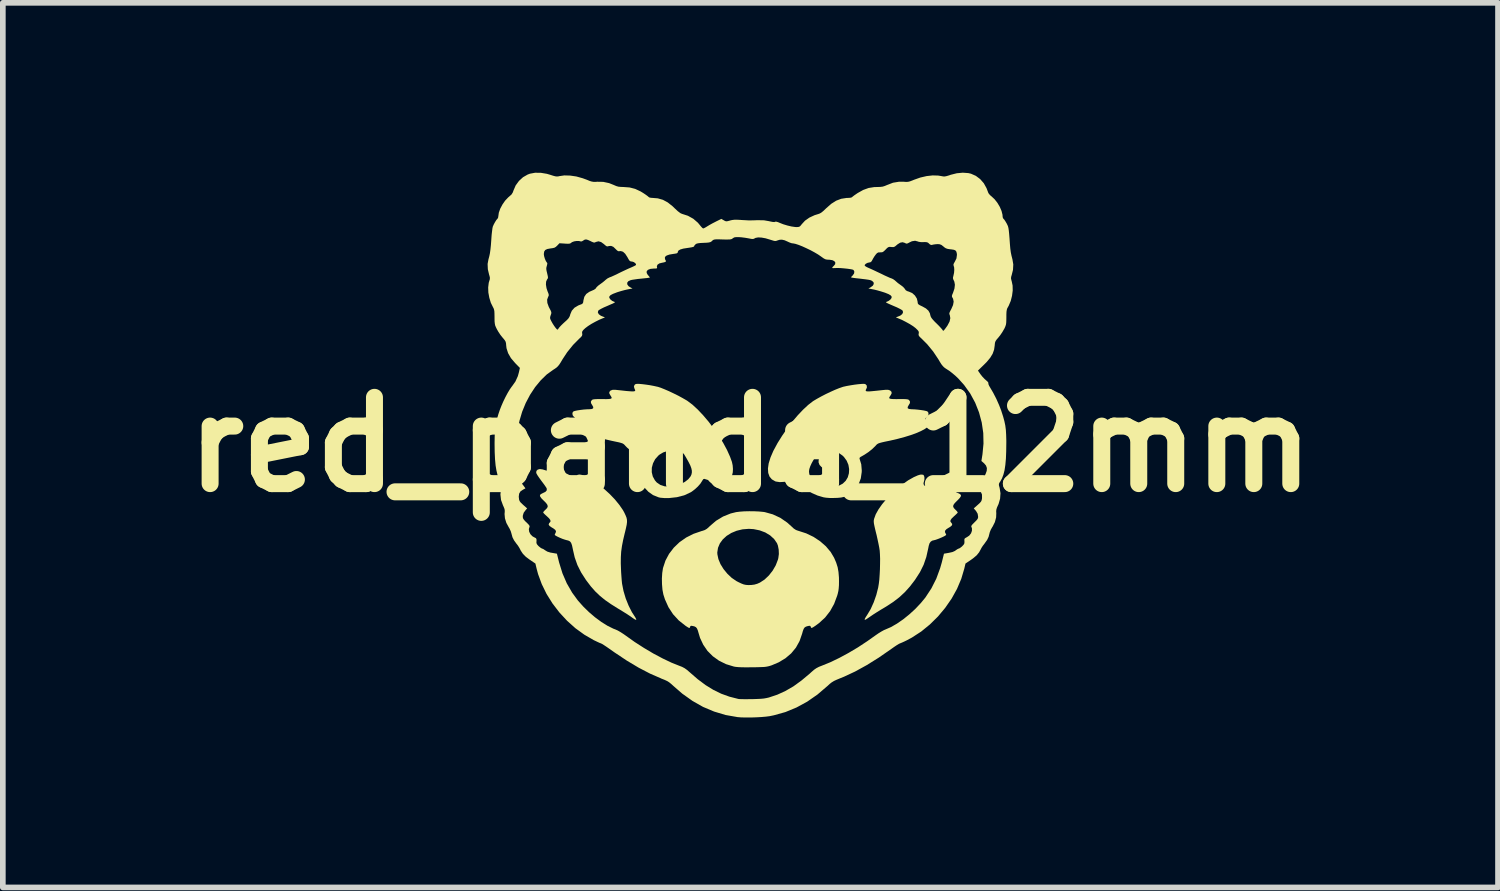
<source format=kicad_pcb>
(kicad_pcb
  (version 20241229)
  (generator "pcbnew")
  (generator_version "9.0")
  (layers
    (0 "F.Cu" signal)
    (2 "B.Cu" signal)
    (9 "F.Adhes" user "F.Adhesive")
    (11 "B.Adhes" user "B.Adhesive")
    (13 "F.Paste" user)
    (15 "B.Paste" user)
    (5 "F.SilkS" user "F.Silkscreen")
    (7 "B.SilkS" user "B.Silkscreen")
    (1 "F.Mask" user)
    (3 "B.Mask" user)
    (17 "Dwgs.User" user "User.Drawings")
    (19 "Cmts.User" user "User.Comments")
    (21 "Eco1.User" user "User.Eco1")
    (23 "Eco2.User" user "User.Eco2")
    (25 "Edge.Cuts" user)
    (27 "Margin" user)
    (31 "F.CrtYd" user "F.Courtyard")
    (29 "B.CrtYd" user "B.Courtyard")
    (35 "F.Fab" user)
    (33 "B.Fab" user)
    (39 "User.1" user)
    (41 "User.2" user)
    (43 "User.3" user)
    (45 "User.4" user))
  (footprint "red_panda_12mm"
    (layer "F.Cu")
    (at 10.204 4.802)
    (property "Reference" "red_panda_12mm" (at 0 0 0) (layer "F.SilkS") (effects (font (size 1.524 1.524) (thickness 0.3))))
    (attr board_only exclude_from_pos_files exclude_from_bom)
    (fp_poly (pts (xy -1.282 0.179) (xy -1.241 0.206) (xy -1.213 0.247) (xy -1.205 0.273) (xy -1.206 0.32) (xy -1.224 0.366) (xy -1.253 0.401) (xy -1.258 0.404) (xy -1.291 0.418) (xy -1.33 0.426) (xy -1.363 0.426) (xy -1.368 0.424) (xy -1.421 0.397) (xy -1.457 0.359) (xy -1.474 0.314) (xy -1.472 0.266) (xy -1.449 0.221) (xy -1.427 0.199) (xy -1.381 0.173) (xy -1.331 0.167)) (stroke (width 0) (type solid)) (fill yes) (layer "F.SilkS"))
    (fp_poly (pts (xy 1.395 0.179) (xy 1.436 0.206) (xy 1.464 0.247) (xy 1.472 0.273) (xy 1.471 0.32) (xy 1.453 0.366) (xy 1.423 0.401) (xy 1.419 0.404) (xy 1.386 0.418) (xy 1.347 0.426) (xy 1.314 0.426) (xy 1.308 0.424) (xy 1.256 0.397) (xy 1.22 0.359) (xy 1.203 0.314) (xy 1.205 0.266) (xy 1.228 0.221) (xy 1.25 0.199) (xy 1.296 0.173) (xy 1.346 0.167)) (stroke (width 0) (type solid)) (fill yes) (layer "F.SilkS"))
    (fp_poly (pts (xy -3.669 0.439) (xy -3.602 0.46) (xy -3.523 0.492) (xy -3.434 0.535) (xy -3.339 0.587) (xy -3.241 0.646) (xy -3.219 0.66) (xy -3.173 0.689) (xy -3.132 0.713) (xy -3.103 0.728) (xy -3.091 0.732) (xy -3.071 0.722) (xy -3.059 0.698) (xy -3.061 0.669) (xy -3.062 0.666) (xy -3.07 0.631) (xy -3.072 0.592) (xy -3.068 0.558) (xy -3.058 0.538) (xy -3.054 0.535) (xy -3.024 0.529) (xy -2.989 0.533) (xy -2.944 0.548) (xy -2.899 0.569) (xy -2.797 0.625) (xy -2.692 0.697) (xy -2.587 0.781) (xy -2.486 0.873) (xy -2.394 0.969) (xy -2.315 1.066) (xy -2.251 1.159) (xy -2.227 1.203) (xy -2.205 1.25) (xy -2.189 1.29) (xy -2.181 1.328) (xy -2.18 1.368) (xy -2.186 1.417) (xy -2.199 1.478) (xy -2.218 1.558) (xy -2.219 1.56) (xy -2.248 1.683) (xy -2.269 1.79) (xy -2.283 1.89) (xy -2.289 1.989) (xy -2.29 2.096) (xy -2.287 2.179) (xy -2.284 2.253) (xy -2.279 2.326) (xy -2.274 2.392) (xy -2.269 2.444) (xy -2.267 2.459) (xy -2.242 2.586) (xy -2.203 2.717) (xy -2.152 2.844) (xy -2.094 2.959) (xy -2.06 3.011) (xy -2.031 3.057) (xy -2.017 3.085) (xy -2.019 3.096) (xy -2.039 3.089) (xy -2.075 3.066) (xy -2.101 3.047) (xy -2.134 3.024) (xy -2.183 2.992) (xy -2.242 2.955) (xy -2.305 2.916) (xy -2.339 2.896) (xy -2.462 2.819) (xy -2.567 2.746) (xy -2.658 2.672) (xy -2.74 2.594) (xy -2.817 2.507) (xy -2.893 2.407) (xy -2.905 2.391) (xy -2.99 2.259) (xy -3.056 2.128) (xy -3.104 1.992) (xy -3.138 1.844) (xy -3.139 1.837) (xy -3.152 1.777) (xy -3.167 1.736) (xy -3.187 1.71) (xy -3.217 1.695) (xy -3.25 1.687) (xy -3.281 1.678) (xy -3.322 1.664) (xy -3.365 1.646) (xy -3.406 1.627) (xy -3.438 1.61) (xy -3.455 1.597) (xy -3.457 1.594) (xy -3.451 1.577) (xy -3.442 1.56) (xy -3.434 1.534) (xy -3.445 1.509) (xy -3.477 1.483) (xy -3.509 1.464) (xy -3.548 1.438) (xy -3.564 1.413) (xy -3.556 1.389) (xy -3.547 1.38) (xy -3.531 1.359) (xy -3.534 1.333) (xy -3.557 1.302) (xy -3.595 1.266) (xy -3.627 1.237) (xy -3.651 1.213) (xy -3.661 1.199) (xy -3.661 1.198) (xy -3.653 1.184) (xy -3.632 1.161) (xy -3.619 1.149) (xy -3.591 1.12) (xy -3.58 1.093) (xy -3.586 1.065) (xy -3.61 1.031) (xy -3.649 0.992) (xy -3.691 0.95) (xy -3.714 0.918) (xy -3.718 0.894) (xy -3.704 0.876) (xy -3.671 0.859) (xy -3.667 0.857) (xy -3.62 0.834) (xy -3.597 0.807) (xy -3.598 0.777) (xy -3.602 0.767) (xy -3.615 0.747) (xy -3.638 0.713) (xy -3.67 0.67) (xy -3.697 0.634) (xy -3.731 0.587) (xy -3.759 0.546) (xy -3.778 0.513) (xy -3.784 0.497) (xy -3.78 0.465) (xy -3.757 0.442) (xy -3.721 0.432) (xy -3.719 0.432)) (stroke (width 0) (type solid)) (fill yes) (layer "F.SilkS"))
    (fp_poly (pts (xy 3.756 0.441) (xy 3.779 0.464) (xy 3.785 0.496) (xy 3.784 0.497) (xy 3.775 0.518) (xy 3.754 0.553) (xy 3.725 0.596) (xy 3.697 0.634) (xy 3.663 0.679) (xy 3.633 0.721) (xy 3.611 0.752) (xy 3.602 0.767) (xy 3.595 0.798) (xy 3.611 0.826) (xy 3.65 0.851) (xy 3.667 0.857) (xy 3.701 0.874) (xy 3.718 0.892) (xy 3.715 0.916) (xy 3.694 0.946) (xy 3.654 0.988) (xy 3.649 0.992) (xy 3.607 1.035) (xy 3.584 1.068) (xy 3.58 1.096) (xy 3.593 1.122) (xy 3.619 1.149) (xy 3.644 1.174) (xy 3.659 1.193) (xy 3.661 1.198) (xy 3.653 1.211) (xy 3.63 1.234) (xy 3.598 1.263) (xy 3.595 1.266) (xy 3.554 1.305) (xy 3.533 1.336) (xy 3.532 1.361) (xy 3.547 1.38) (xy 3.564 1.404) (xy 3.557 1.428) (xy 3.527 1.454) (xy 3.509 1.464) (xy 3.463 1.493) (xy 3.439 1.519) (xy 3.435 1.544) (xy 3.442 1.56) (xy 3.454 1.583) (xy 3.457 1.594) (xy 3.447 1.604) (xy 3.42 1.62) (xy 3.382 1.638) (xy 3.338 1.657) (xy 3.296 1.673) (xy 3.26 1.685) (xy 3.25 1.687) (xy 3.21 1.697) (xy 3.183 1.715) (xy 3.163 1.743) (xy 3.149 1.787) (xy 3.139 1.837) (xy 3.106 1.985) (xy 3.059 2.122) (xy 2.994 2.253) (xy 2.909 2.385) (xy 2.905 2.391) (xy 2.816 2.507) (xy 2.726 2.607) (xy 2.63 2.696) (xy 2.522 2.779) (xy 2.398 2.86) (xy 2.363 2.881) (xy 2.299 2.919) (xy 2.233 2.96) (xy 2.172 2.999) (xy 2.125 3.031) (xy 2.122 3.033) (xy 2.075 3.065) (xy 2.045 3.085) (xy 2.027 3.094) (xy 2.019 3.094) (xy 2.017 3.088) (xy 2.017 3.086) (xy 2.023 3.071) (xy 2.039 3.043) (xy 2.06 3.011) (xy 2.123 2.906) (xy 2.178 2.784) (xy 2.223 2.655) (xy 2.256 2.525) (xy 2.267 2.459) (xy 2.276 2.385) (xy 2.282 2.297) (xy 2.287 2.202) (xy 2.289 2.107) (xy 2.29 2.016) (xy 2.287 1.936) (xy 2.283 1.874) (xy 2.282 1.867) (xy 2.274 1.816) (xy 2.261 1.75) (xy 2.245 1.675) (xy 2.228 1.598) (xy 2.219 1.563) (xy 2.201 1.489) (xy 2.189 1.435) (xy 2.181 1.395) (xy 2.178 1.366) (xy 2.178 1.342) (xy 2.182 1.32) (xy 2.184 1.311) (xy 2.213 1.231) (xy 2.261 1.145) (xy 2.325 1.054) (xy 2.402 0.961) (xy 2.49 0.869) (xy 2.585 0.782) (xy 2.685 0.702) (xy 2.786 0.631) (xy 2.887 0.574) (xy 2.899 0.569) (xy 2.955 0.544) (xy 2.998 0.531) (xy 3.031 0.53) (xy 3.054 0.535) (xy 3.066 0.552) (xy 3.073 0.582) (xy 3.072 0.619) (xy 3.064 0.653) (xy 3.061 0.661) (xy 3.056 0.689) (xy 3.064 0.715) (xy 3.083 0.731) (xy 3.091 0.732) (xy 3.107 0.726) (xy 3.139 0.709) (xy 3.181 0.684) (xy 3.219 0.66) (xy 3.318 0.599) (xy 3.414 0.545) (xy 3.504 0.501) (xy 3.586 0.466) (xy 3.655 0.443) (xy 3.71 0.432) (xy 3.719 0.432)) (stroke (width 0) (type solid)) (fill yes) (layer "F.SilkS"))
    (fp_poly (pts (xy 0.069 1.178) (xy 0.154 1.182) (xy 0.227 1.189) (xy 0.254 1.193) (xy 0.394 1.232) (xy 0.526 1.293) (xy 0.647 1.376) (xy 0.721 1.442) (xy 0.765 1.483) (xy 0.804 1.508) (xy 0.844 1.523) (xy 0.846 1.523) (xy 0.985 1.568) (xy 1.114 1.63) (xy 1.23 1.707) (xy 1.332 1.796) (xy 1.417 1.897) (xy 1.477 1.998) (xy 1.514 2.084) (xy 1.54 2.166) (xy 1.555 2.251) (xy 1.563 2.348) (xy 1.564 2.413) (xy 1.563 2.484) (xy 1.559 2.538) (xy 1.553 2.585) (xy 1.542 2.633) (xy 1.532 2.668) (xy 1.478 2.813) (xy 1.407 2.941) (xy 1.319 3.054) (xy 1.211 3.153) (xy 1.147 3.2) (xy 1.109 3.225) (xy 1.086 3.237) (xy 1.074 3.237) (xy 1.068 3.227) (xy 1.065 3.218) (xy 1.058 3.204) (xy 1.042 3.2) (xy 1.014 3.205) (xy 0.981 3.215) (xy 0.957 3.23) (xy 0.94 3.255) (xy 0.925 3.295) (xy 0.913 3.339) (xy 0.868 3.469) (xy 0.804 3.585) (xy 0.72 3.687) (xy 0.618 3.774) (xy 0.498 3.846) (xy 0.378 3.897) (xy 0.345 3.908) (xy 0.315 3.916) (xy 0.285 3.922) (xy 0.25 3.927) (xy 0.206 3.929) (xy 0.148 3.931) (xy 0.073 3.933) (xy 0.03 3.933) (xy -0.073 3.934) (xy -0.155 3.933) (xy -0.219 3.93) (xy -0.267 3.925) (xy -0.294 3.92) (xy -0.431 3.878) (xy -0.555 3.817) (xy -0.665 3.738) (xy -0.758 3.645) (xy -0.833 3.536) (xy -0.89 3.415) (xy -0.913 3.339) (xy -0.929 3.284) (xy -0.944 3.248) (xy -0.962 3.226) (xy -0.987 3.212) (xy -1.014 3.205) (xy -1.044 3.2) (xy -1.059 3.204) (xy -1.065 3.218) (xy -1.071 3.234) (xy -1.079 3.239) (xy -1.096 3.233) (xy -1.126 3.214) (xy -1.147 3.2) (xy -1.266 3.106) (xy -1.367 2.996) (xy -1.448 2.872) (xy -1.51 2.734) (xy -1.538 2.647) (xy -1.554 2.564) (xy -1.562 2.467) (xy -1.564 2.365) (xy -1.558 2.268) (xy -1.545 2.183) (xy -1.544 2.179) (xy -1.501 2.049) (xy -1.437 1.929) (xy -1.419 1.906) (xy -0.586 1.906) (xy -0.584 1.938) (xy -0.566 2.023) (xy -0.529 2.112) (xy -0.475 2.199) (xy -0.408 2.281) (xy -0.332 2.353) (xy -0.249 2.41) (xy -0.215 2.428) (xy -0.16 2.454) (xy -0.118 2.47) (xy -0.08 2.478) (xy -0.039 2.481) (xy 0.012 2.48) (xy 0.069 2.473) (xy 0.121 2.458) (xy 0.168 2.437) (xy 0.249 2.384) (xy 0.325 2.312) (xy 0.392 2.227) (xy 0.447 2.132) (xy 0.485 2.033) (xy 0.492 2.006) (xy 0.502 1.933) (xy 0.499 1.856) (xy 0.485 1.784) (xy 0.469 1.742) (xy 0.418 1.668) (xy 0.348 1.604) (xy 0.262 1.552) (xy 0.163 1.515) (xy 0.055 1.493) (xy -0.03 1.488) (xy -0.141 1.497) (xy -0.244 1.522) (xy -0.338 1.561) (xy -0.42 1.612) (xy -0.488 1.674) (xy -0.54 1.745) (xy -0.573 1.823) (xy -0.586 1.906) (xy -1.419 1.906) (xy -1.354 1.821) (xy -1.253 1.724) (xy -1.136 1.642) (xy -1.005 1.576) (xy -0.862 1.527) (xy -0.846 1.523) (xy -0.806 1.509) (xy -0.769 1.487) (xy -0.727 1.45) (xy -0.72 1.442) (xy -0.608 1.346) (xy -0.484 1.271) (xy -0.35 1.217) (xy -0.254 1.193) (xy -0.19 1.185) (xy -0.111 1.179) (xy -0.021 1.177)) (stroke (width 0) (type solid)) (fill yes) (layer "F.SilkS"))
    (fp_poly (pts (xy -1.965 -1.072) (xy -1.91 -1.067) (xy -1.845 -1.059) (xy -1.777 -1.049) (xy -1.708 -1.036) (xy -1.645 -1.022) (xy -1.638 -1.021) (xy -1.585 -1.004) (xy -1.518 -0.977) (xy -1.439 -0.943) (xy -1.357 -0.904) (xy -1.274 -0.863) (xy -1.197 -0.821) (xy -1.131 -0.783) (xy -1.112 -0.771) (xy -1.023 -0.704) (xy -0.93 -0.618) (xy -0.834 -0.516) (xy -0.738 -0.403) (xy -0.646 -0.281) (xy -0.559 -0.155) (xy -0.48 -0.028) (xy -0.413 0.097) (xy -0.36 0.215) (xy -0.327 0.306) (xy -0.314 0.367) (xy -0.309 0.431) (xy -0.312 0.49) (xy -0.323 0.537) (xy -0.327 0.546) (xy -0.363 0.598) (xy -0.408 0.634) (xy -0.466 0.656) (xy -0.536 0.663) (xy -0.622 0.655) (xy -0.724 0.633) (xy -0.816 0.605) (xy -0.834 0.612) (xy -0.854 0.642) (xy -0.857 0.648) (xy -0.885 0.691) (xy -0.928 0.74) (xy -0.98 0.788) (xy -1.035 0.83) (xy -1.056 0.843) (xy -1.17 0.896) (xy -1.298 0.929) (xy -1.434 0.944) (xy -1.526 0.944) (xy -1.594 0.938) (xy -1.623 0.931) (xy -1.72 0.892) (xy -1.803 0.833) (xy -1.872 0.759) (xy -1.923 0.671) (xy -1.956 0.572) (xy -1.966 0.488) (xy -1.743 0.488) (xy -1.725 0.563) (xy -1.687 0.632) (xy -1.655 0.669) (xy -1.592 0.712) (xy -1.516 0.737) (xy -1.429 0.743) (xy -1.334 0.73) (xy -1.317 0.726) (xy -1.231 0.697) (xy -1.157 0.658) (xy -1.098 0.612) (xy -1.057 0.561) (xy -1.043 0.531) (xy -1.035 0.496) (xy -1.035 0.46) (xy -1.044 0.418) (xy -1.062 0.369) (xy -1.092 0.309) (xy -1.134 0.234) (xy -1.172 0.171) (xy -1.193 0.149) (xy -1.225 0.126) (xy -1.239 0.119) (xy -1.271 0.105) (xy -1.302 0.098) (xy -1.342 0.098) (xy -1.374 0.1) (xy -1.466 0.114) (xy -1.54 0.138) (xy -1.604 0.176) (xy -1.625 0.193) (xy -1.683 0.258) (xy -1.721 0.331) (xy -1.742 0.409) (xy -1.743 0.488) (xy -1.966 0.488) (xy -1.968 0.464) (xy -1.968 0.457) (xy -1.963 0.39) (xy -1.948 0.316) (xy -1.928 0.251) (xy -1.927 0.25) (xy -1.927 0.235) (xy -1.942 0.22) (xy -1.977 0.2) (xy -1.977 0.2) (xy -2.045 0.16) (xy -2.115 0.108) (xy -2.179 0.053) (xy -2.209 0.022) (xy -2.225 0.004) (xy -2.24 -0.009) (xy -2.258 -0.02) (xy -2.284 -0.029) (xy -2.32 -0.039) (xy -2.372 -0.05) (xy -2.443 -0.065) (xy -2.452 -0.067) (xy -2.592 -0.099) (xy -2.722 -0.133) (xy -2.84 -0.17) (xy -2.943 -0.208) (xy -3.029 -0.247) (xy -3.095 -0.285) (xy -3.132 -0.315) (xy -3.16 -0.351) (xy -3.165 -0.382) (xy -3.146 -0.408) (xy -3.124 -0.42) (xy -3.094 -0.439) (xy -3.088 -0.459) (xy -3.105 -0.48) (xy -3.115 -0.487) (xy -3.137 -0.512) (xy -3.145 -0.544) (xy -3.139 -0.572) (xy -3.124 -0.587) (xy -3.098 -0.595) (xy -3.055 -0.604) (xy -3.002 -0.612) (xy -2.944 -0.619) (xy -2.889 -0.623) (xy -2.85 -0.624) (xy -2.803 -0.628) (xy -2.779 -0.64) (xy -2.776 -0.662) (xy -2.793 -0.694) (xy -2.795 -0.697) (xy -2.816 -0.733) (xy -2.818 -0.761) (xy -2.801 -0.786) (xy -2.79 -0.794) (xy -2.771 -0.799) (xy -2.74 -0.802) (xy -2.695 -0.804) (xy -2.63 -0.804) (xy -2.619 -0.804) (xy -2.547 -0.803) (xy -2.497 -0.805) (xy -2.466 -0.81) (xy -2.452 -0.819) (xy -2.452 -0.833) (xy -2.463 -0.853) (xy -2.471 -0.865) (xy -2.492 -0.901) (xy -2.493 -0.928) (xy -2.474 -0.951) (xy -2.468 -0.955) (xy -2.435 -0.967) (xy -2.389 -0.968) (xy -2.381 -0.967) (xy -2.278 -0.956) (xy -2.197 -0.947) (xy -2.136 -0.942) (xy -2.091 -0.939) (xy -2.061 -0.94) (xy -2.043 -0.944) (xy -2.036 -0.951) (xy -2.036 -0.961) (xy -2.042 -0.976) (xy -2.046 -0.983) (xy -2.058 -1.023) (xy -2.048 -1.053) (xy -2.028 -1.069) (xy -2.006 -1.072)) (stroke (width 0) (type solid)) (fill yes) (layer "F.SilkS"))
    (fp_poly (pts (xy 2.027 -1.069) (xy 2.028 -1.069) (xy 2.053 -1.045) (xy 2.057 -1.011) (xy 2.046 -0.983) (xy 2.038 -0.968) (xy 2.035 -0.955) (xy 2.039 -0.947) (xy 2.051 -0.941) (xy 2.075 -0.939) (xy 2.113 -0.94) (xy 2.167 -0.945) (xy 2.238 -0.952) (xy 2.33 -0.962) (xy 2.381 -0.967) (xy 2.43 -0.968) (xy 2.464 -0.957) (xy 2.468 -0.955) (xy 2.491 -0.932) (xy 2.494 -0.906) (xy 2.477 -0.872) (xy 2.471 -0.865) (xy 2.456 -0.841) (xy 2.45 -0.825) (xy 2.458 -0.813) (xy 2.48 -0.807) (xy 2.521 -0.804) (xy 2.582 -0.803) (xy 2.619 -0.804) (xy 2.687 -0.804) (xy 2.735 -0.803) (xy 2.767 -0.8) (xy 2.788 -0.795) (xy 2.8 -0.787) (xy 2.801 -0.786) (xy 2.818 -0.76) (xy 2.816 -0.732) (xy 2.795 -0.697) (xy 2.777 -0.664) (xy 2.778 -0.641) (xy 2.801 -0.629) (xy 2.846 -0.624) (xy 2.85 -0.624) (xy 2.898 -0.622) (xy 2.955 -0.617) (xy 3.012 -0.61) (xy 3.064 -0.602) (xy 3.104 -0.593) (xy 3.124 -0.587) (xy 3.142 -0.565) (xy 3.145 -0.535) (xy 3.133 -0.505) (xy 3.115 -0.487) (xy 3.09 -0.465) (xy 3.089 -0.445) (xy 3.112 -0.426) (xy 3.124 -0.42) (xy 3.157 -0.397) (xy 3.168 -0.371) (xy 3.158 -0.341) (xy 3.128 -0.309) (xy 3.079 -0.275) (xy 3.013 -0.24) (xy 2.932 -0.204) (xy 2.836 -0.169) (xy 2.726 -0.135) (xy 2.604 -0.102) (xy 2.472 -0.071) (xy 2.447 -0.066) (xy 2.374 -0.051) (xy 2.322 -0.039) (xy 2.285 -0.029) (xy 2.259 -0.02) (xy 2.24 -0.009) (xy 2.225 0.004) (xy 2.209 0.022) (xy 2.154 0.076) (xy 2.086 0.131) (xy 2.015 0.178) (xy 1.977 0.2) (xy 1.943 0.219) (xy 1.927 0.235) (xy 1.927 0.249) (xy 1.927 0.25) (xy 1.957 0.348) (xy 1.966 0.456) (xy 1.965 0.486) (xy 1.949 0.597) (xy 1.913 0.693) (xy 1.866 0.768) (xy 1.822 0.815) (xy 1.766 0.86) (xy 1.706 0.898) (xy 1.652 0.924) (xy 1.647 0.925) (xy 1.601 0.935) (xy 1.539 0.941) (xy 1.469 0.943) (xy 1.398 0.943) (xy 1.334 0.938) (xy 1.29 0.931) (xy 1.186 0.9) (xy 1.088 0.857) (xy 1.001 0.805) (xy 0.929 0.745) (xy 0.875 0.681) (xy 0.851 0.638) (xy 0.834 0.61) (xy 0.816 0.605) (xy 0.701 0.639) (xy 0.601 0.658) (xy 0.518 0.663) (xy 0.452 0.653) (xy 0.438 0.649) (xy 0.378 0.614) (xy 0.337 0.565) (xy 0.314 0.501) (xy 0.312 0.471) (xy 1.034 0.471) (xy 1.037 0.506) (xy 1.043 0.531) (xy 1.073 0.585) (xy 1.122 0.633) (xy 1.185 0.675) (xy 1.259 0.708) (xy 1.339 0.731) (xy 1.42 0.743) (xy 1.499 0.74) (xy 1.562 0.726) (xy 1.63 0.69) (xy 1.682 0.64) (xy 1.719 0.578) (xy 1.739 0.507) (xy 1.743 0.433) (xy 1.73 0.357) (xy 1.699 0.284) (xy 1.651 0.218) (xy 1.625 0.193) (xy 1.565 0.151) (xy 1.495 0.121) (xy 1.41 0.104) (xy 1.374 0.1) (xy 1.325 0.097) (xy 1.29 0.1) (xy 1.259 0.109) (xy 1.239 0.119) (xy 1.205 0.14) (xy 1.178 0.163) (xy 1.172 0.171) (xy 1.121 0.258) (xy 1.082 0.327) (xy 1.056 0.384) (xy 1.04 0.431) (xy 1.034 0.471) (xy 0.312 0.471) (xy 0.309 0.423) (xy 0.322 0.332) (xy 0.354 0.228) (xy 0.404 0.112) (xy 0.473 -0.016) (xy 0.477 -0.024) (xy 0.559 -0.155) (xy 0.647 -0.283) (xy 0.74 -0.405) (xy 0.835 -0.517) (xy 0.929 -0.616) (xy 1.019 -0.7) (xy 1.103 -0.765) (xy 1.112 -0.771) (xy 1.174 -0.808) (xy 1.248 -0.849) (xy 1.329 -0.891) (xy 1.413 -0.931) (xy 1.493 -0.967) (xy 1.565 -0.996) (xy 1.623 -1.016) (xy 1.638 -1.021) (xy 1.701 -1.035) (xy 1.769 -1.047) (xy 1.838 -1.058) (xy 1.903 -1.066) (xy 1.959 -1.071) (xy 2.002 -1.073)) (stroke (width 0) (type solid)) (fill yes) (layer "F.SilkS"))
    (fp_poly (pts (xy 3.848 -4.795) (xy 3.895 -4.784) (xy 3.981 -4.746) (xy 4.057 -4.689) (xy 4.121 -4.616) (xy 4.169 -4.53) (xy 4.185 -4.488) (xy 4.203 -4.441) (xy 4.23 -4.407) (xy 4.256 -4.385) (xy 4.311 -4.334) (xy 4.362 -4.269) (xy 4.404 -4.198) (xy 4.435 -4.125) (xy 4.452 -4.057) (xy 4.453 -4.032) (xy 4.458 -4.005) (xy 4.466 -3.991) (xy 4.483 -3.973) (xy 4.504 -3.941) (xy 4.527 -3.902) (xy 4.546 -3.862) (xy 4.549 -3.853) (xy 4.556 -3.826) (xy 4.563 -3.78) (xy 4.569 -3.722) (xy 4.574 -3.659) (xy 4.575 -3.649) (xy 4.582 -3.548) (xy 4.589 -3.465) (xy 4.598 -3.397) (xy 4.61 -3.338) (xy 4.624 -3.283) (xy 4.627 -3.272) (xy 4.642 -3.182) (xy 4.637 -3.086) (xy 4.615 -2.998) (xy 4.604 -2.961) (xy 4.602 -2.933) (xy 4.609 -2.902) (xy 4.614 -2.885) (xy 4.63 -2.809) (xy 4.632 -2.721) (xy 4.62 -2.628) (xy 4.597 -2.537) (xy 4.562 -2.454) (xy 4.546 -2.425) (xy 4.534 -2.403) (xy 4.527 -2.378) (xy 4.522 -2.345) (xy 4.52 -2.298) (xy 4.52 -2.251) (xy 4.519 -2.192) (xy 4.517 -2.149) (xy 4.512 -2.117) (xy 4.502 -2.087) (xy 4.487 -2.053) (xy 4.479 -2.039) (xy 4.449 -1.987) (xy 4.411 -1.931) (xy 4.379 -1.891) (xy 4.347 -1.854) (xy 4.329 -1.827) (xy 4.319 -1.8) (xy 4.315 -1.767) (xy 4.314 -1.751) (xy 4.303 -1.676) (xy 4.278 -1.605) (xy 4.235 -1.534) (xy 4.173 -1.459) (xy 4.127 -1.413) (xy 4.018 -1.307) (xy 4.062 -1.243) (xy 4.096 -1.2) (xy 4.135 -1.159) (xy 4.16 -1.137) (xy 4.189 -1.111) (xy 4.202 -1.092) (xy 4.202 -1.085) (xy 4.202 -1.07) (xy 4.215 -1.039) (xy 4.233 -1.008) (xy 4.288 -0.914) (xy 4.343 -0.807) (xy 4.392 -0.696) (xy 4.432 -0.592) (xy 4.433 -0.587) (xy 4.463 -0.494) (xy 4.485 -0.413) (xy 4.501 -0.337) (xy 4.511 -0.259) (xy 4.516 -0.173) (xy 4.519 -0.072) (xy 4.519 -0.036) (xy 4.517 0.116) (xy 4.512 0.247) (xy 4.502 0.358) (xy 4.488 0.452) (xy 4.468 0.53) (xy 4.443 0.596) (xy 4.413 0.651) (xy 4.411 0.654) (xy 4.394 0.679) (xy 4.388 0.699) (xy 4.389 0.722) (xy 4.399 0.758) (xy 4.401 0.765) (xy 4.416 0.859) (xy 4.409 0.956) (xy 4.382 1.05) (xy 4.372 1.071) (xy 4.352 1.117) (xy 4.342 1.153) (xy 4.34 1.188) (xy 4.342 1.208) (xy 4.339 1.286) (xy 4.317 1.369) (xy 4.278 1.447) (xy 4.269 1.46) (xy 4.245 1.503) (xy 4.227 1.548) (xy 4.221 1.571) (xy 4.206 1.629) (xy 4.18 1.684) (xy 4.138 1.743) (xy 4.131 1.753) (xy 4.103 1.789) (xy 4.08 1.825) (xy 4.071 1.843) (xy 4.038 1.903) (xy 3.994 1.957) (xy 3.932 2.009) (xy 3.896 2.035) (xy 3.798 2.101) (xy 3.776 2.194) (xy 3.723 2.372) (xy 3.648 2.549) (xy 3.553 2.72) (xy 3.44 2.883) (xy 3.312 3.036) (xy 3.17 3.176) (xy 3.017 3.301) (xy 2.854 3.407) (xy 2.767 3.454) (xy 2.72 3.477) (xy 2.678 3.496) (xy 2.647 3.509) (xy 2.641 3.511) (xy 2.62 3.521) (xy 2.584 3.543) (xy 2.539 3.573) (xy 2.491 3.607) (xy 2.269 3.761) (xy 2.054 3.895) (xy 1.849 4.008) (xy 1.652 4.1) (xy 1.578 4.13) (xy 1.518 4.155) (xy 1.473 4.176) (xy 1.436 4.199) (xy 1.4 4.227) (xy 1.358 4.266) (xy 1.355 4.268) (xy 1.183 4.415) (xy 1.003 4.54) (xy 0.814 4.643) (xy 0.618 4.724) (xy 0.414 4.781) (xy 0.336 4.797) (xy 0.272 4.805) (xy 0.191 4.812) (xy 0.1 4.817) (xy 0.006 4.82) (xy -0.085 4.82) (xy -0.166 4.818) (xy -0.228 4.813) (xy -0.439 4.776) (xy -0.642 4.715) (xy -0.837 4.633) (xy -1.024 4.527) (xy -1.204 4.399) (xy -1.356 4.267) (xy -1.399 4.228) (xy -1.435 4.199) (xy -1.472 4.176) (xy -1.517 4.155) (xy -1.578 4.131) (xy -1.578 4.13) (xy -1.771 4.046) (xy -1.973 3.941) (xy -2.184 3.815) (xy -2.403 3.669) (xy -2.491 3.607) (xy -2.54 3.573) (xy -2.585 3.543) (xy -2.62 3.521) (xy -2.641 3.511) (xy -2.665 3.502) (xy -2.704 3.484) (xy -2.75 3.462) (xy -2.767 3.454) (xy -2.933 3.358) (xy -3.092 3.243) (xy -3.24 3.11) (xy -3.375 2.964) (xy -3.496 2.806) (xy -3.601 2.638) (xy -3.686 2.464) (xy -3.751 2.287) (xy -3.776 2.194) (xy -3.798 2.101) (xy -3.896 2.035) (xy -3.967 1.982) (xy -4.019 1.929) (xy -4.057 1.872) (xy -4.071 1.843) (xy -4.088 1.813) (xy -4.113 1.775) (xy -4.131 1.753) (xy -4.175 1.692) (xy -4.203 1.637) (xy -4.219 1.579) (xy -4.221 1.571) (xy -4.233 1.531) (xy -4.254 1.485) (xy -4.269 1.46) (xy -4.311 1.383) (xy -4.336 1.303) (xy -4.343 1.225) (xy -4.341 1.208) (xy -4.339 1.171) (xy -4.343 1.139) (xy -4.357 1.103) (xy -4.371 1.072) (xy -4.405 0.979) (xy -4.416 0.882) (xy -4.406 0.787) (xy -4.401 0.765) (xy -4.39 0.727) (xy -4.387 0.702) (xy -4.393 0.683) (xy -4.408 0.659) (xy -4.411 0.654) (xy -4.441 0.6) (xy -4.467 0.536) (xy -4.486 0.459) (xy -4.494 0.411) (xy -4.175 0.411) (xy -4.174 0.46) (xy -4.154 0.518) (xy -4.116 0.585) (xy -4.057 0.663) (xy -4.052 0.67) (xy -4.019 0.711) (xy -3.994 0.745) (xy -3.978 0.767) (xy -3.975 0.774) (xy -3.988 0.781) (xy -4.013 0.794) (xy -4.018 0.797) (xy -4.062 0.827) (xy -4.085 0.866) (xy -4.092 0.919) (xy -4.09 0.939) (xy -4.086 0.973) (xy -4.077 0.997) (xy -4.06 1.021) (xy -4.031 1.049) (xy -4.014 1.065) (xy -3.944 1.127) (xy -3.969 1.155) (xy -4.005 1.204) (xy -4.02 1.254) (xy -4.021 1.274) (xy -4.018 1.299) (xy -4.005 1.322) (xy -3.98 1.352) (xy -3.956 1.374) (xy -3.921 1.409) (xy -3.903 1.433) (xy -3.9 1.449) (xy -3.902 1.453) (xy -3.914 1.493) (xy -3.908 1.539) (xy -3.886 1.583) (xy -3.85 1.62) (xy -3.822 1.636) (xy -3.792 1.651) (xy -3.78 1.667) (xy -3.778 1.691) (xy -3.779 1.705) (xy -3.78 1.737) (xy -3.771 1.76) (xy -3.749 1.786) (xy -3.74 1.795) (xy -3.711 1.819) (xy -3.687 1.834) (xy -3.679 1.837) (xy -3.66 1.844) (xy -3.633 1.862) (xy -3.626 1.867) (xy -3.588 1.89) (xy -3.534 1.907) (xy -3.504 1.912) (xy -3.418 1.927) (xy -3.379 2.083) (xy -3.32 2.274) (xy -3.244 2.45) (xy -3.149 2.615) (xy -3.049 2.752) (xy -2.956 2.857) (xy -2.854 2.957) (xy -2.745 3.05) (xy -2.634 3.132) (xy -2.525 3.2) (xy -2.422 3.251) (xy -2.383 3.266) (xy -2.345 3.283) (xy -2.296 3.311) (xy -2.242 3.346) (xy -2.205 3.372) (xy -2.045 3.486) (xy -1.88 3.592) (xy -1.713 3.691) (xy -1.551 3.777) (xy -1.396 3.851) (xy -1.266 3.903) (xy -1.207 3.926) (xy -1.162 3.95) (xy -1.12 3.98) (xy -1.074 4.02) (xy -0.931 4.144) (xy -0.792 4.248) (xy -0.655 4.332) (xy -0.516 4.4) (xy -0.372 4.452) (xy -0.219 4.491) (xy -0.204 4.494) (xy -0.182 4.495) (xy -0.141 4.496) (xy -0.086 4.497) (xy -0.02 4.496) (xy 0.03 4.496) (xy 0.115 4.493) (xy 0.182 4.49) (xy 0.235 4.485) (xy 0.281 4.477) (xy 0.325 4.467) (xy 0.328 4.466) (xy 0.475 4.417) (xy 0.617 4.352) (xy 0.759 4.27) (xy 0.901 4.167) (xy 1.048 4.044) (xy 1.074 4.02) (xy 1.122 3.978) (xy 1.164 3.949) (xy 1.21 3.925) (xy 1.266 3.903) (xy 1.411 3.844) (xy 1.567 3.769) (xy 1.73 3.681) (xy 1.897 3.582) (xy 2.061 3.474) (xy 2.205 3.372) (xy 2.257 3.336) (xy 2.31 3.303) (xy 2.357 3.277) (xy 2.383 3.266) (xy 2.482 3.223) (xy 2.588 3.162) (xy 2.698 3.086) (xy 2.807 2.998) (xy 2.912 2.902) (xy 3.008 2.8) (xy 3.089 2.702) (xy 3.195 2.541) (xy 3.282 2.369) (xy 3.35 2.184) (xy 3.379 2.083) (xy 3.418 1.927) (xy 3.504 1.912) (xy 3.567 1.898) (xy 3.612 1.878) (xy 3.626 1.867) (xy 3.654 1.848) (xy 3.676 1.837) (xy 3.679 1.837) (xy 3.697 1.829) (xy 3.724 1.809) (xy 3.74 1.795) (xy 3.766 1.767) (xy 3.778 1.744) (xy 3.78 1.716) (xy 3.779 1.705) (xy 3.778 1.675) (xy 3.786 1.657) (xy 3.808 1.643) (xy 3.822 1.636) (xy 3.865 1.607) (xy 3.896 1.567) (xy 3.912 1.522) (xy 3.912 1.478) (xy 3.902 1.453) (xy 3.9 1.439) (xy 3.913 1.418) (xy 3.942 1.388) (xy 3.956 1.374) (xy 3.991 1.339) (xy 4.012 1.313) (xy 4.02 1.29) (xy 4.021 1.274) (xy 4.013 1.222) (xy 3.985 1.174) (xy 3.969 1.155) (xy 3.944 1.127) (xy 4.014 1.065) (xy 4.05 1.032) (xy 4.072 1.007) (xy 4.083 0.984) (xy 4.089 0.955) (xy 4.09 0.939) (xy 4.089 0.882) (xy 4.071 0.839) (xy 4.034 0.806) (xy 4.018 0.797) (xy 3.991 0.783) (xy 3.976 0.774) (xy 3.975 0.774) (xy 3.98 0.763) (xy 3.998 0.739) (xy 4.025 0.703) (xy 4.052 0.67) (xy 4.112 0.59) (xy 4.152 0.522) (xy 4.173 0.464) (xy 4.176 0.414) (xy 4.16 0.37) (xy 4.126 0.33) (xy 4.123 0.328) (xy 4.079 0.29) (xy 4.098 0.171) (xy 4.116 -0.017) (xy 4.112 -0.204) (xy 4.085 -0.389) (xy 4.037 -0.568) (xy 3.969 -0.74) (xy 3.881 -0.903) (xy 3.773 -1.053) (xy 3.667 -1.171) (xy 3.617 -1.218) (xy 3.562 -1.264) (xy 3.51 -1.304) (xy 3.483 -1.321) (xy 3.446 -1.345) (xy 3.419 -1.365) (xy 3.396 -1.389) (xy 3.372 -1.419) (xy 3.345 -1.462) (xy 3.318 -1.508) (xy 3.227 -1.644) (xy 3.122 -1.772) (xy 3.022 -1.872) (xy 2.99 -1.902) (xy 2.974 -1.923) (xy 2.969 -1.943) (xy 2.972 -1.962) (xy 2.974 -1.984) (xy 2.968 -2.003) (xy 2.951 -2.024) (xy 2.919 -2.055) (xy 2.917 -2.057) (xy 2.873 -2.091) (xy 2.813 -2.129) (xy 2.744 -2.167) (xy 2.674 -2.203) (xy 2.609 -2.23) (xy 2.605 -2.232) (xy 2.578 -2.242) (xy 2.572 -2.248) (xy 2.585 -2.254) (xy 2.594 -2.256) (xy 2.647 -2.278) (xy 2.681 -2.305) (xy 2.695 -2.336) (xy 2.689 -2.364) (xy 2.673 -2.378) (xy 2.638 -2.398) (xy 2.588 -2.423) (xy 2.525 -2.45) (xy 2.525 -2.45) (xy 2.465 -2.476) (xy 2.425 -2.494) (xy 2.402 -2.506) (xy 2.394 -2.514) (xy 2.397 -2.519) (xy 2.409 -2.523) (xy 2.442 -2.539) (xy 2.472 -2.562) (xy 2.492 -2.589) (xy 2.494 -2.613) (xy 2.477 -2.635) (xy 2.44 -2.657) (xy 2.381 -2.681) (xy 2.363 -2.687) (xy 2.303 -2.706) (xy 2.239 -2.724) (xy 2.183 -2.738) (xy 2.167 -2.741) (xy 2.083 -2.757) (xy 2.121 -2.777) (xy 2.161 -2.806) (xy 2.178 -2.837) (xy 2.174 -2.867) (xy 2.147 -2.892) (xy 2.116 -2.905) (xy 2.086 -2.911) (xy 2.039 -2.918) (xy 1.981 -2.925) (xy 1.924 -2.932) (xy 1.867 -2.938) (xy 1.821 -2.944) (xy 1.789 -2.949) (xy 1.777 -2.953) (xy 1.777 -2.953) (xy 1.784 -2.966) (xy 1.804 -2.986) (xy 1.807 -2.989) (xy 1.83 -3.022) (xy 1.835 -3.055) (xy 1.821 -3.083) (xy 1.819 -3.084) (xy 1.8 -3.092) (xy 1.762 -3.099) (xy 1.712 -3.106) (xy 1.655 -3.112) (xy 1.597 -3.117) (xy 1.544 -3.119) (xy 1.502 -3.118) (xy 1.491 -3.118) (xy 1.456 -3.116) (xy 1.443 -3.121) (xy 1.451 -3.136) (xy 1.47 -3.155) (xy 1.478 -3.164) (xy 2.017 -3.164) (xy 2.027 -3.152) (xy 2.054 -3.135) (xy 2.093 -3.117) (xy 2.098 -3.115) (xy 2.141 -3.096) (xy 2.199 -3.069) (xy 2.262 -3.039) (xy 2.317 -3.013) (xy 2.372 -2.986) (xy 2.423 -2.963) (xy 2.463 -2.945) (xy 2.488 -2.936) (xy 2.489 -2.936) (xy 2.518 -2.923) (xy 2.552 -2.899) (xy 2.566 -2.886) (xy 2.604 -2.853) (xy 2.648 -2.821) (xy 2.661 -2.812) (xy 2.695 -2.786) (xy 2.72 -2.759) (xy 2.727 -2.748) (xy 2.745 -2.724) (xy 2.778 -2.707) (xy 2.797 -2.702) (xy 2.857 -2.676) (xy 2.905 -2.633) (xy 2.939 -2.579) (xy 2.953 -2.519) (xy 2.953 -2.511) (xy 2.956 -2.493) (xy 2.966 -2.478) (xy 2.99 -2.462) (xy 3.031 -2.442) (xy 3.036 -2.44) (xy 3.1 -2.404) (xy 3.143 -2.365) (xy 3.169 -2.319) (xy 3.177 -2.284) (xy 3.184 -2.261) (xy 3.197 -2.237) (xy 3.22 -2.208) (xy 3.256 -2.169) (xy 3.291 -2.135) (xy 3.332 -2.094) (xy 3.365 -2.058) (xy 3.388 -2.031) (xy 3.397 -2.017) (xy 3.397 -2.017) (xy 3.403 -2.008) (xy 3.419 -2.02) (xy 3.444 -2.052) (xy 3.479 -2.101) (xy 3.481 -2.105) (xy 3.517 -2.173) (xy 3.53 -2.233) (xy 3.521 -2.285) (xy 3.517 -2.294) (xy 3.512 -2.311) (xy 3.517 -2.334) (xy 3.533 -2.368) (xy 3.547 -2.393) (xy 3.578 -2.464) (xy 3.589 -2.524) (xy 3.579 -2.575) (xy 3.57 -2.591) (xy 3.56 -2.609) (xy 3.558 -2.626) (xy 3.565 -2.651) (xy 3.577 -2.678) (xy 3.603 -2.755) (xy 3.611 -2.823) (xy 3.601 -2.878) (xy 3.593 -2.895) (xy 3.579 -2.925) (xy 3.577 -2.95) (xy 3.585 -2.983) (xy 3.596 -3.034) (xy 3.6 -3.086) (xy 3.597 -3.132) (xy 3.589 -3.157) (xy 3.585 -3.178) (xy 3.594 -3.204) (xy 3.606 -3.223) (xy 3.638 -3.287) (xy 3.647 -3.352) (xy 3.644 -3.379) (xy 3.636 -3.409) (xy 3.621 -3.428) (xy 3.595 -3.44) (xy 3.552 -3.447) (xy 3.531 -3.449) (xy 3.484 -3.456) (xy 3.451 -3.467) (xy 3.421 -3.487) (xy 3.408 -3.499) (xy 3.373 -3.526) (xy 3.342 -3.538) (xy 3.31 -3.541) (xy 3.267 -3.538) (xy 3.227 -3.532) (xy 3.221 -3.53) (xy 3.192 -3.525) (xy 3.17 -3.535) (xy 3.155 -3.549) (xy 3.136 -3.566) (xy 3.115 -3.574) (xy 3.083 -3.577) (xy 3.055 -3.576) (xy 3.01 -3.576) (xy 2.973 -3.581) (xy 2.957 -3.587) (xy 2.908 -3.6) (xy 2.852 -3.591) (xy 2.812 -3.572) (xy 2.78 -3.555) (xy 2.759 -3.549) (xy 2.741 -3.554) (xy 2.727 -3.562) (xy 2.687 -3.574) (xy 2.645 -3.566) (xy 2.598 -3.537) (xy 2.583 -3.524) (xy 2.553 -3.499) (xy 2.529 -3.488) (xy 2.5 -3.488) (xy 2.487 -3.49) (xy 2.457 -3.492) (xy 2.436 -3.487) (xy 2.414 -3.472) (xy 2.387 -3.444) (xy 2.356 -3.414) (xy 2.333 -3.399) (xy 2.309 -3.395) (xy 2.293 -3.395) (xy 2.26 -3.394) (xy 2.236 -3.382) (xy 2.215 -3.359) (xy 2.188 -3.322) (xy 2.162 -3.279) (xy 2.157 -3.268) (xy 2.138 -3.235) (xy 2.119 -3.22) (xy 2.101 -3.217) (xy 2.069 -3.21) (xy 2.038 -3.194) (xy 2.019 -3.174) (xy 2.017 -3.164) (xy 1.478 -3.164) (xy 1.496 -3.186) (xy 1.499 -3.216) (xy 1.481 -3.24) (xy 1.446 -3.257) (xy 1.394 -3.265) (xy 1.384 -3.265) (xy 1.35 -3.267) (xy 1.323 -3.273) (xy 1.294 -3.288) (xy 1.256 -3.315) (xy 1.245 -3.323) (xy 1.194 -3.358) (xy 1.131 -3.395) (xy 1.061 -3.433) (xy 0.988 -3.468) (xy 0.916 -3.501) (xy 0.85 -3.527) (xy 0.795 -3.545) (xy 0.755 -3.553) (xy 0.75 -3.553) (xy 0.721 -3.558) (xy 0.684 -3.572) (xy 0.663 -3.582) (xy 0.604 -3.608) (xy 0.557 -3.619) (xy 0.515 -3.617) (xy 0.485 -3.608) (xy 0.46 -3.599) (xy 0.438 -3.595) (xy 0.413 -3.599) (xy 0.377 -3.61) (xy 0.348 -3.619) (xy 0.268 -3.643) (xy 0.196 -3.656) (xy 0.136 -3.659) (xy 0.092 -3.651) (xy 0.079 -3.645) (xy 0.061 -3.635) (xy 0.042 -3.631) (xy 0.015 -3.633) (xy -0.027 -3.641) (xy -0.037 -3.643) (xy -0.096 -3.653) (xy -0.16 -3.661) (xy -0.205 -3.664) (xy -0.252 -3.664) (xy -0.283 -3.66) (xy -0.304 -3.649) (xy -0.313 -3.643) (xy -0.325 -3.633) (xy -0.342 -3.627) (xy -0.365 -3.623) (xy -0.402 -3.622) (xy -0.455 -3.622) (xy -0.493 -3.623) (xy -0.556 -3.625) (xy -0.6 -3.625) (xy -0.63 -3.623) (xy -0.649 -3.618) (xy -0.663 -3.611) (xy -0.676 -3.599) (xy -0.677 -3.598) (xy -0.693 -3.584) (xy -0.711 -3.575) (xy -0.738 -3.569) (xy -0.778 -3.565) (xy -0.827 -3.563) (xy -0.886 -3.56) (xy -0.926 -3.555) (xy -0.953 -3.548) (xy -0.97 -3.537) (xy -0.971 -3.536) (xy -0.99 -3.515) (xy -0.996 -3.5) (xy -1.008 -3.492) (xy -1.04 -3.484) (xy -1.089 -3.476) (xy -1.111 -3.473) (xy -1.187 -3.461) (xy -1.241 -3.445) (xy -1.273 -3.425) (xy -1.284 -3.401) (xy -1.284 -3.398) (xy -1.288 -3.385) (xy -1.304 -3.377) (xy -1.336 -3.371) (xy -1.359 -3.368) (xy -1.431 -3.356) (xy -1.48 -3.339) (xy -1.507 -3.317) (xy -1.512 -3.298) (xy -1.507 -3.27) (xy -1.499 -3.256) (xy -1.491 -3.239) (xy -1.505 -3.225) (xy -1.542 -3.215) (xy -1.559 -3.212) (xy -1.608 -3.2) (xy -1.641 -3.178) (xy -1.653 -3.15) (xy -1.651 -3.134) (xy -1.648 -3.119) (xy -1.656 -3.112) (xy -1.679 -3.109) (xy -1.707 -3.109) (xy -1.767 -3.103) (xy -1.809 -3.087) (xy -1.832 -3.063) (xy -1.833 -3.032) (xy -1.813 -2.996) (xy -1.805 -2.988) (xy -1.786 -2.965) (xy -1.777 -2.951) (xy -1.777 -2.949) (xy -1.791 -2.947) (xy -1.823 -2.942) (xy -1.87 -2.937) (xy -1.926 -2.931) (xy -1.927 -2.931) (xy -1.988 -2.925) (xy -2.044 -2.917) (xy -2.09 -2.91) (xy -2.116 -2.904) (xy -2.157 -2.885) (xy -2.177 -2.858) (xy -2.175 -2.828) (xy -2.152 -2.797) (xy -2.121 -2.777) (xy -2.083 -2.757) (xy -2.167 -2.741) (xy -2.217 -2.73) (xy -2.28 -2.713) (xy -2.343 -2.694) (xy -2.363 -2.687) (xy -2.428 -2.662) (xy -2.47 -2.64) (xy -2.491 -2.618) (xy -2.494 -2.595) (xy -2.478 -2.569) (xy -2.472 -2.562) (xy -2.442 -2.538) (xy -2.409 -2.523) (xy -2.397 -2.519) (xy -2.394 -2.513) (xy -2.404 -2.505) (xy -2.428 -2.492) (xy -2.471 -2.474) (xy -2.525 -2.45) (xy -2.588 -2.423) (xy -2.638 -2.398) (xy -2.673 -2.378) (xy -2.689 -2.364) (xy -2.689 -2.364) (xy -2.695 -2.332) (xy -2.678 -2.302) (xy -2.641 -2.275) (xy -2.594 -2.256) (xy -2.575 -2.25) (xy -2.574 -2.245) (xy -2.593 -2.236) (xy -2.605 -2.232) (xy -2.669 -2.205) (xy -2.739 -2.17) (xy -2.808 -2.132) (xy -2.869 -2.093) (xy -2.914 -2.059) (xy -2.917 -2.057) (xy -2.95 -2.026) (xy -2.967 -2.004) (xy -2.974 -1.985) (xy -2.972 -1.964) (xy -2.972 -1.962) (xy -2.97 -1.94) (xy -2.976 -1.92) (xy -2.994 -1.898) (xy -3.022 -1.872) (xy -3.133 -1.76) (xy -3.237 -1.631) (xy -3.318 -1.508) (xy -3.351 -1.452) (xy -3.377 -1.412) (xy -3.4 -1.384) (xy -3.424 -1.361) (xy -3.453 -1.34) (xy -3.483 -1.321) (xy -3.597 -1.239) (xy -3.704 -1.135) (xy -3.803 -1.015) (xy -3.892 -0.88) (xy -3.969 -0.734) (xy -4.032 -0.58) (xy -4.079 -0.422) (xy -4.1 -0.318) (xy -4.109 -0.245) (xy -4.113 -0.157) (xy -4.114 -0.061) (xy -4.112 0.034) (xy -4.106 0.122) (xy -4.097 0.197) (xy -4.093 0.219) (xy -4.078 0.289) (xy -4.122 0.327) (xy -4.158 0.367) (xy -4.175 0.411) (xy -4.494 0.411) (xy -4.501 0.368) (xy -4.511 0.26) (xy -4.517 0.133) (xy -4.519 -0.016) (xy -4.519 -0.03) (xy -4.517 -0.151) (xy -4.511 -0.255) (xy -4.499 -0.349) (xy -4.48 -0.44) (xy -4.453 -0.534) (xy -4.427 -0.611) (xy -4.399 -0.683) (xy -4.365 -0.761) (xy -4.327 -0.839) (xy -4.288 -0.912) (xy -4.25 -0.975) (xy -4.218 -1.021) (xy -4.211 -1.029) (xy -4.151 -1.114) (xy -4.108 -1.209) (xy -4.09 -1.274) (xy -4.072 -1.354) (xy -4.155 -1.439) (xy -4.23 -1.527) (xy -4.28 -1.614) (xy -4.308 -1.701) (xy -4.314 -1.751) (xy -4.317 -1.789) (xy -4.324 -1.817) (xy -4.339 -1.843) (xy -4.365 -1.875) (xy -4.379 -1.891) (xy -4.417 -1.939) (xy -4.454 -1.995) (xy -4.479 -2.039) (xy -4.497 -2.076) (xy -4.509 -2.106) (xy -4.515 -2.137) (xy -4.519 -2.175) (xy -4.52 -2.227) (xy -4.52 -2.251) (xy -4.521 -2.313) (xy -4.523 -2.356) (xy -4.529 -2.386) (xy -4.537 -2.409) (xy -4.546 -2.425) (xy -4.585 -2.504) (xy -4.612 -2.593) (xy -4.629 -2.686) (xy -4.632 -2.776) (xy -4.622 -2.858) (xy -4.614 -2.885) (xy -4.603 -2.921) (xy -4.602 -2.949) (xy -4.609 -2.98) (xy -4.615 -2.998) (xy -4.638 -3.096) (xy -4.642 -3.191) (xy -4.627 -3.272) (xy -4.613 -3.324) (xy -4.605 -3.361) (xy -3.649 -3.361) (xy -3.644 -3.327) (xy -3.632 -3.286) (xy -3.616 -3.247) (xy -3.599 -3.219) (xy -3.592 -3.213) (xy -3.587 -3.196) (xy -3.595 -3.162) (xy -3.596 -3.158) (xy -3.604 -3.129) (xy -3.606 -3.102) (xy -3.601 -3.068) (xy -3.591 -3.027) (xy -3.581 -2.983) (xy -3.576 -2.956) (xy -3.578 -2.938) (xy -3.586 -2.924) (xy -3.592 -2.917) (xy -3.609 -2.878) (xy -3.612 -2.826) (xy -3.602 -2.763) (xy -3.584 -2.708) (xy -3.568 -2.669) (xy -3.562 -2.644) (xy -3.564 -2.627) (xy -3.573 -2.609) (xy -3.573 -2.609) (xy -3.591 -2.56) (xy -3.587 -2.501) (xy -3.562 -2.432) (xy -3.551 -2.411) (xy -3.53 -2.371) (xy -3.519 -2.344) (xy -3.516 -2.324) (xy -3.522 -2.301) (xy -3.528 -2.285) (xy -3.537 -2.255) (xy -3.539 -2.233) (xy -3.531 -2.208) (xy -3.514 -2.174) (xy -3.492 -2.135) (xy -3.466 -2.095) (xy -3.441 -2.061) (xy -3.42 -2.037) (xy -3.408 -2.029) (xy -3.398 -2.038) (xy -3.386 -2.056) (xy -3.371 -2.075) (xy -3.343 -2.105) (xy -3.306 -2.141) (xy -3.284 -2.161) (xy -3.242 -2.199) (xy -3.215 -2.228) (xy -3.198 -2.254) (xy -3.187 -2.281) (xy -3.182 -2.301) (xy -3.155 -2.364) (xy -3.108 -2.417) (xy -3.041 -2.457) (xy -3.016 -2.467) (xy -2.981 -2.48) (xy -2.963 -2.493) (xy -2.954 -2.513) (xy -2.95 -2.546) (xy -2.934 -2.61) (xy -2.9 -2.66) (xy -2.846 -2.698) (xy -2.809 -2.714) (xy -2.764 -2.734) (xy -2.736 -2.753) (xy -2.73 -2.762) (xy -2.717 -2.78) (xy -2.69 -2.806) (xy -2.655 -2.832) (xy -2.615 -2.861) (xy -2.579 -2.89) (xy -2.558 -2.909) (xy -2.526 -2.934) (xy -2.488 -2.953) (xy -2.486 -2.954) (xy -2.456 -2.965) (xy -2.412 -2.985) (xy -2.362 -3.008) (xy -2.339 -3.02) (xy -2.278 -3.05) (xy -2.21 -3.082) (xy -2.147 -3.111) (xy -2.135 -3.116) (xy -2.089 -3.136) (xy -2.051 -3.154) (xy -2.028 -3.167) (xy -2.023 -3.17) (xy -2.021 -3.186) (xy -2.035 -3.205) (xy -2.059 -3.222) (xy -2.087 -3.232) (xy -2.098 -3.233) (xy -2.117 -3.236) (xy -2.134 -3.246) (xy -2.151 -3.27) (xy -2.173 -3.31) (xy -2.212 -3.37) (xy -2.251 -3.406) (xy -2.291 -3.418) (xy -2.312 -3.416) (xy -2.334 -3.415) (xy -2.356 -3.429) (xy -2.379 -3.452) (xy -2.421 -3.492) (xy -2.46 -3.509) (xy -2.499 -3.507) (xy -2.504 -3.505) (xy -2.524 -3.5) (xy -2.543 -3.504) (xy -2.567 -3.522) (xy -2.588 -3.541) (xy -2.638 -3.577) (xy -2.684 -3.59) (xy -2.728 -3.579) (xy -2.736 -3.575) (xy -2.753 -3.568) (xy -2.775 -3.571) (xy -2.808 -3.585) (xy -2.823 -3.593) (xy -2.869 -3.614) (xy -2.901 -3.623) (xy -2.926 -3.62) (xy -2.95 -3.606) (xy -2.955 -3.602) (xy -2.98 -3.588) (xy -2.998 -3.588) (xy -2.999 -3.588) (xy -3.029 -3.596) (xy -3.07 -3.596) (xy -3.114 -3.589) (xy -3.149 -3.576) (xy -3.16 -3.569) (xy -3.176 -3.556) (xy -3.196 -3.549) (xy -3.225 -3.547) (xy -3.27 -3.549) (xy -3.28 -3.55) (xy -3.373 -3.556) (xy -3.413 -3.514) (xy -3.438 -3.491) (xy -3.462 -3.477) (xy -3.496 -3.469) (xy -3.533 -3.464) (xy -3.588 -3.454) (xy -3.624 -3.437) (xy -3.643 -3.409) (xy -3.649 -3.368) (xy -3.649 -3.361) (xy -4.605 -3.361) (xy -4.601 -3.381) (xy -4.592 -3.445) (xy -4.584 -3.523) (xy -4.577 -3.618) (xy -4.575 -3.649) (xy -4.57 -3.713) (xy -4.563 -3.772) (xy -4.557 -3.82) (xy -4.55 -3.851) (xy -4.549 -3.853) (xy -4.532 -3.891) (xy -4.51 -3.931) (xy -4.488 -3.966) (xy -4.469 -3.988) (xy -4.466 -3.991) (xy -4.457 -4.008) (xy -4.453 -4.032) (xy -4.444 -4.096) (xy -4.419 -4.167) (xy -4.38 -4.24) (xy -4.333 -4.308) (xy -4.279 -4.365) (xy -4.256 -4.385) (xy -4.22 -4.417) (xy -4.197 -4.454) (xy -4.185 -4.488) (xy -4.146 -4.578) (xy -4.088 -4.657) (xy -4.017 -4.722) (xy -3.935 -4.769) (xy -3.895 -4.784) (xy -3.804 -4.801) (xy -3.702 -4.8) (xy -3.595 -4.782) (xy -3.537 -4.765) (xy -3.484 -4.748) (xy -3.446 -4.738) (xy -3.418 -4.735) (xy -3.392 -4.737) (xy -3.377 -4.741) (xy -3.287 -4.754) (xy -3.184 -4.751) (xy -3.074 -4.735) (xy -2.963 -4.704) (xy -2.889 -4.677) (xy -2.839 -4.656) (xy -2.802 -4.645) (xy -2.769 -4.64) (xy -2.732 -4.64) (xy -2.707 -4.642) (xy -2.6 -4.64) (xy -2.497 -4.618) (xy -2.414 -4.585) (xy -2.37 -4.566) (xy -2.332 -4.555) (xy -2.29 -4.551) (xy -2.239 -4.549) (xy -2.133 -4.541) (xy -2.036 -4.516) (xy -1.94 -4.471) (xy -1.894 -4.443) (xy -1.852 -4.415) (xy -1.819 -4.391) (xy -1.799 -4.374) (xy -1.795 -4.371) (xy -1.779 -4.362) (xy -1.749 -4.358) (xy -1.734 -4.357) (xy -1.637 -4.349) (xy -1.546 -4.323) (xy -1.461 -4.277) (xy -1.375 -4.209) (xy -1.341 -4.176) (xy -1.283 -4.122) (xy -1.238 -4.088) (xy -1.209 -4.075) (xy -1.104 -4.041) (xy -1.009 -3.988) (xy -0.929 -3.919) (xy -0.899 -3.883) (xy -0.872 -3.85) (xy -0.849 -3.826) (xy -0.835 -3.817) (xy -0.835 -3.817) (xy -0.818 -3.823) (xy -0.788 -3.839) (xy -0.762 -3.855) (xy -0.722 -3.879) (xy -0.67 -3.908) (xy -0.617 -3.935) (xy -0.608 -3.94) (xy -0.514 -3.986) (xy -0.472 -3.962) (xy -0.447 -3.948) (xy -0.427 -3.943) (xy -0.402 -3.946) (xy -0.364 -3.956) (xy -0.363 -3.957) (xy -0.324 -3.966) (xy -0.284 -3.971) (xy -0.236 -3.971) (xy -0.172 -3.968) (xy -0.168 -3.967) (xy -0.112 -3.964) (xy -0.06 -3.961) (xy -0.021 -3.959) (xy -0.006 -3.959) (xy 0.022 -3.96) (xy 0.067 -3.961) (xy 0.119 -3.963) (xy 0.138 -3.963) (xy 0.24 -3.961) (xy 0.332 -3.945) (xy 0.334 -3.944) (xy 0.388 -3.933) (xy 0.422 -3.93) (xy 0.434 -3.935) (xy 0.452 -3.938) (xy 0.488 -3.928) (xy 0.514 -3.917) (xy 0.58 -3.891) (xy 0.653 -3.869) (xy 0.725 -3.852) (xy 0.788 -3.843) (xy 0.815 -3.841) (xy 0.85 -3.844) (xy 0.873 -3.853) (xy 0.893 -3.875) (xy 0.905 -3.891) (xy 0.964 -3.955) (xy 1.041 -4.009) (xy 1.134 -4.052) (xy 1.196 -4.071) (xy 1.226 -4.082) (xy 1.257 -4.101) (xy 1.293 -4.131) (xy 1.341 -4.177) (xy 1.341 -4.177) (xy 1.428 -4.253) (xy 1.513 -4.307) (xy 1.602 -4.341) (xy 1.697 -4.356) (xy 1.734 -4.357) (xy 1.768 -4.36) (xy 1.791 -4.367) (xy 1.795 -4.371) (xy 1.809 -4.383) (xy 1.837 -4.404) (xy 1.875 -4.43) (xy 1.894 -4.443) (xy 1.991 -4.497) (xy 2.087 -4.532) (xy 2.188 -4.548) (xy 2.239 -4.549) (xy 2.294 -4.551) (xy 2.336 -4.556) (xy 2.374 -4.568) (xy 2.414 -4.585) (xy 2.518 -4.625) (xy 2.622 -4.642) (xy 2.707 -4.642) (xy 2.75 -4.639) (xy 2.784 -4.641) (xy 2.818 -4.649) (xy 2.86 -4.665) (xy 2.889 -4.677) (xy 2.999 -4.716) (xy 3.111 -4.742) (xy 3.219 -4.754) (xy 3.318 -4.751) (xy 3.377 -4.741) (xy 3.404 -4.736) (xy 3.43 -4.735) (xy 3.461 -4.741) (xy 3.506 -4.754) (xy 3.537 -4.765) (xy 3.644 -4.792) (xy 3.75 -4.802)) (stroke (width 0) (type solid)) (fill yes) (layer "F.SilkS")))
  (gr_rect
    (start -3 -3)
    (end 23.407 12.623)
    (stroke (width 0.1) (type default))
    (fill no)
    (layer "Edge.Cuts")))
</source>
